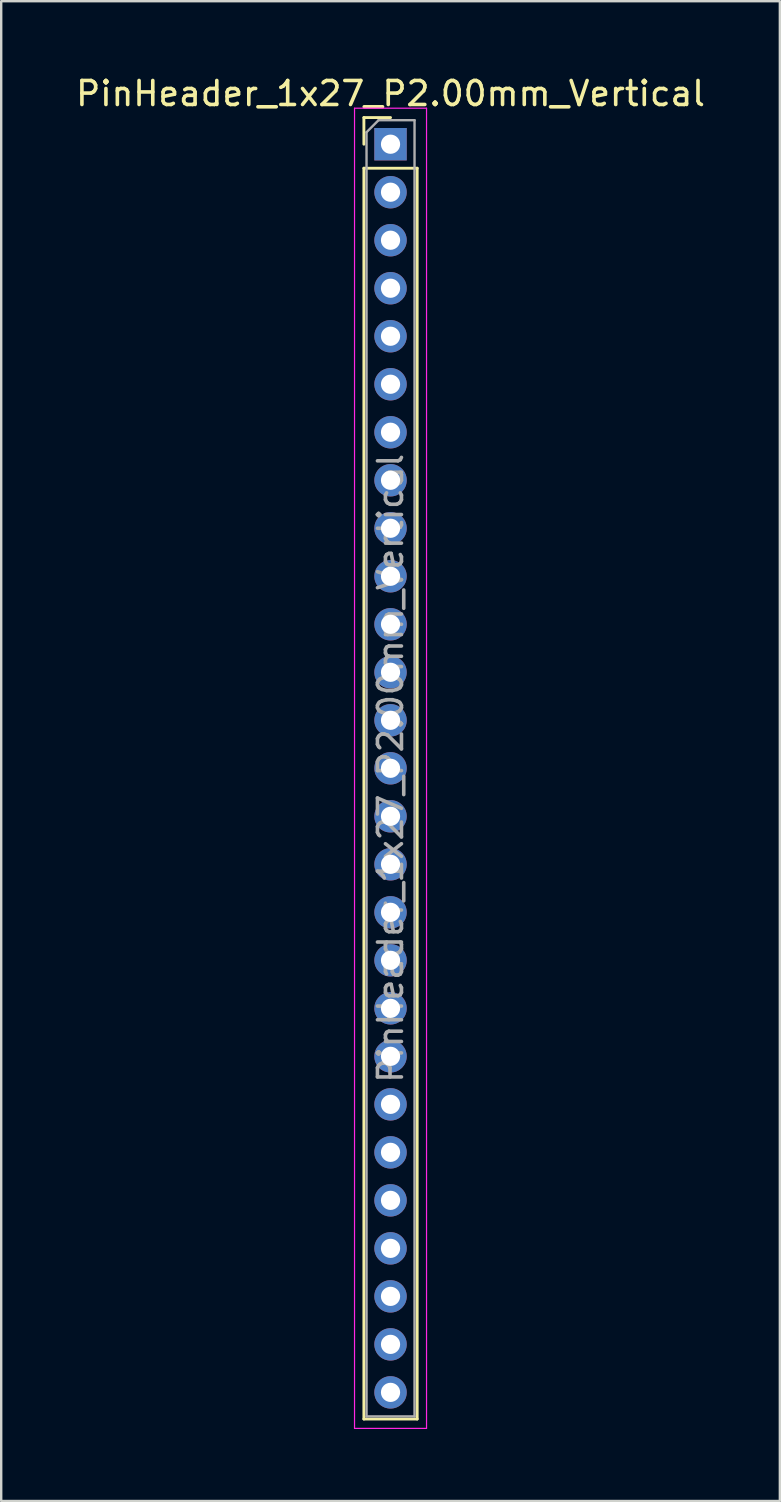
<source format=kicad_pcb>
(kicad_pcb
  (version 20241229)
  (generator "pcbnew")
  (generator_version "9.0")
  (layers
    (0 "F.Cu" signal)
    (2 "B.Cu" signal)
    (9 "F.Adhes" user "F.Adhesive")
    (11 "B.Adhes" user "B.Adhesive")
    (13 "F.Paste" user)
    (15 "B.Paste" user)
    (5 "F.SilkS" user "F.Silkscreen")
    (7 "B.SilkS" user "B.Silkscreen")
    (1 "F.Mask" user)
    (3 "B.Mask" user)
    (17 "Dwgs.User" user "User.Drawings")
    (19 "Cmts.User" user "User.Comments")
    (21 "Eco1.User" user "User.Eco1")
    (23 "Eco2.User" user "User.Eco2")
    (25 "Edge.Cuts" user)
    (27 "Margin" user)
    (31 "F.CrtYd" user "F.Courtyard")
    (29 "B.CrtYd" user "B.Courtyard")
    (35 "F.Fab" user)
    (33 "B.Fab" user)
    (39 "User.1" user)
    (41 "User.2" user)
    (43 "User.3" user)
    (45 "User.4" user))
  (footprint "PinHeader_1x27_P2.00mm_Vertical"
    (layer "F.Cu")
    (at 13.22 2.958)
    (property "Reference" "PinHeader_1x27_P2.00mm_Vertical" (at 0 -2.11 0) (layer "F.SilkS") (effects (font (size 1 1) (thickness 0.15))))
    (attr through_hole)
    (fp_line (start -1.11 -1.11) (end 0 -1.11) (stroke (width 0.12) (type solid)) (layer "F.SilkS"))
    (fp_line (start -1.11 0) (end -1.11 -1.11) (stroke (width 0.12) (type solid)) (layer "F.SilkS"))
    (fp_line (start -1.11 1) (end -1.11 53.11) (stroke (width 0.12) (type solid)) (layer "F.SilkS"))
    (fp_line (start -1.11 1) (end 1.11 1) (stroke (width 0.12) (type solid)) (layer "F.SilkS"))
    (fp_line (start -1.11 53.11) (end 1.11 53.11) (stroke (width 0.12) (type solid)) (layer "F.SilkS"))
    (fp_line (start 1.11 1) (end 1.11 53.11) (stroke (width 0.12) (type solid)) (layer "F.SilkS"))
    (fp_line (start -1.5 -1.5) (end -1.5 53.5) (stroke (width 0.05) (type solid)) (layer "F.CrtYd"))
    (fp_line (start -1.5 53.5) (end 1.5 53.5) (stroke (width 0.05) (type solid)) (layer "F.CrtYd"))
    (fp_line (start 1.5 -1.5) (end -1.5 -1.5) (stroke (width 0.05) (type solid)) (layer "F.CrtYd"))
    (fp_line (start 1.5 53.5) (end 1.5 -1.5) (stroke (width 0.05) (type solid)) (layer "F.CrtYd"))
    (fp_line (start -1 -0.5) (end -0.5 -1) (stroke (width 0.1) (type solid)) (layer "F.Fab"))
    (fp_line (start -1 53) (end -1 -0.5) (stroke (width 0.1) (type solid)) (layer "F.Fab"))
    (fp_line (start -0.5 -1) (end 1 -1) (stroke (width 0.1) (type solid)) (layer "F.Fab"))
    (fp_line (start 1 -1) (end 1 53) (stroke (width 0.1) (type solid)) (layer "F.Fab"))
    (fp_line (start 1 53) (end -1 53) (stroke (width 0.1) (type solid)) (layer "F.Fab"))
    (fp_text user "${REFERENCE}" (at 0 26 90) (layer "F.Fab") (effects (font (size 1 1) (thickness 0.15))))
    (pad "1" thru_hole rect (at 0 0) (size 1.35 1.35) (drill 0.8) (layers "*.Cu" "*.Mask"))
    (pad "2" thru_hole circle (at 0 2) (size 1.35 1.35) (drill 0.8) (layers "*.Cu" "*.Mask"))
    (pad "3" thru_hole circle (at 0 4) (size 1.35 1.35) (drill 0.8) (layers "*.Cu" "*.Mask"))
    (pad "4" thru_hole circle (at 0 6) (size 1.35 1.35) (drill 0.8) (layers "*.Cu" "*.Mask"))
    (pad "5" thru_hole circle (at 0 8) (size 1.35 1.35) (drill 0.8) (layers "*.Cu" "*.Mask"))
    (pad "6" thru_hole circle (at 0 10) (size 1.35 1.35) (drill 0.8) (layers "*.Cu" "*.Mask"))
    (pad "7" thru_hole circle (at 0 12) (size 1.35 1.35) (drill 0.8) (layers "*.Cu" "*.Mask"))
    (pad "8" thru_hole circle (at 0 14) (size 1.35 1.35) (drill 0.8) (layers "*.Cu" "*.Mask"))
    (pad "9" thru_hole circle (at 0 16) (size 1.35 1.35) (drill 0.8) (layers "*.Cu" "*.Mask"))
    (pad "10" thru_hole circle (at 0 18) (size 1.35 1.35) (drill 0.8) (layers "*.Cu" "*.Mask"))
    (pad "11" thru_hole circle (at 0 20) (size 1.35 1.35) (drill 0.8) (layers "*.Cu" "*.Mask"))
    (pad "12" thru_hole circle (at 0 22) (size 1.35 1.35) (drill 0.8) (layers "*.Cu" "*.Mask"))
    (pad "13" thru_hole circle (at 0 24) (size 1.35 1.35) (drill 0.8) (layers "*.Cu" "*.Mask"))
    (pad "14" thru_hole circle (at 0 26) (size 1.35 1.35) (drill 0.8) (layers "*.Cu" "*.Mask"))
    (pad "15" thru_hole circle (at 0 28) (size 1.35 1.35) (drill 0.8) (layers "*.Cu" "*.Mask"))
    (pad "16" thru_hole circle (at 0 30) (size 1.35 1.35) (drill 0.8) (layers "*.Cu" "*.Mask"))
    (pad "17" thru_hole circle (at 0 32) (size 1.35 1.35) (drill 0.8) (layers "*.Cu" "*.Mask"))
    (pad "18" thru_hole circle (at 0 34) (size 1.35 1.35) (drill 0.8) (layers "*.Cu" "*.Mask"))
    (pad "19" thru_hole circle (at 0 36) (size 1.35 1.35) (drill 0.8) (layers "*.Cu" "*.Mask"))
    (pad "20" thru_hole circle (at 0 38) (size 1.35 1.35) (drill 0.8) (layers "*.Cu" "*.Mask"))
    (pad "21" thru_hole circle (at 0 40) (size 1.35 1.35) (drill 0.8) (layers "*.Cu" "*.Mask"))
    (pad "22" thru_hole circle (at 0 42) (size 1.35 1.35) (drill 0.8) (layers "*.Cu" "*.Mask"))
    (pad "23" thru_hole circle (at 0 44) (size 1.35 1.35) (drill 0.8) (layers "*.Cu" "*.Mask"))
    (pad "24" thru_hole circle (at 0 46) (size 1.35 1.35) (drill 0.8) (layers "*.Cu" "*.Mask"))
    (pad "25" thru_hole circle (at 0 48) (size 1.35 1.35) (drill 0.8) (layers "*.Cu" "*.Mask"))
    (pad "26" thru_hole circle (at 0 50) (size 1.35 1.35) (drill 0.8) (layers "*.Cu" "*.Mask"))
    (pad "27" thru_hole circle (at 0 52) (size 1.35 1.35) (drill 0.8) (layers "*.Cu" "*.Mask")))
  (gr_rect
    (start -3 -3)
    (end 29.44 59.483)
    (stroke (width 0.1) (type default))
    (fill no)
    (layer "Edge.Cuts")))
</source>
